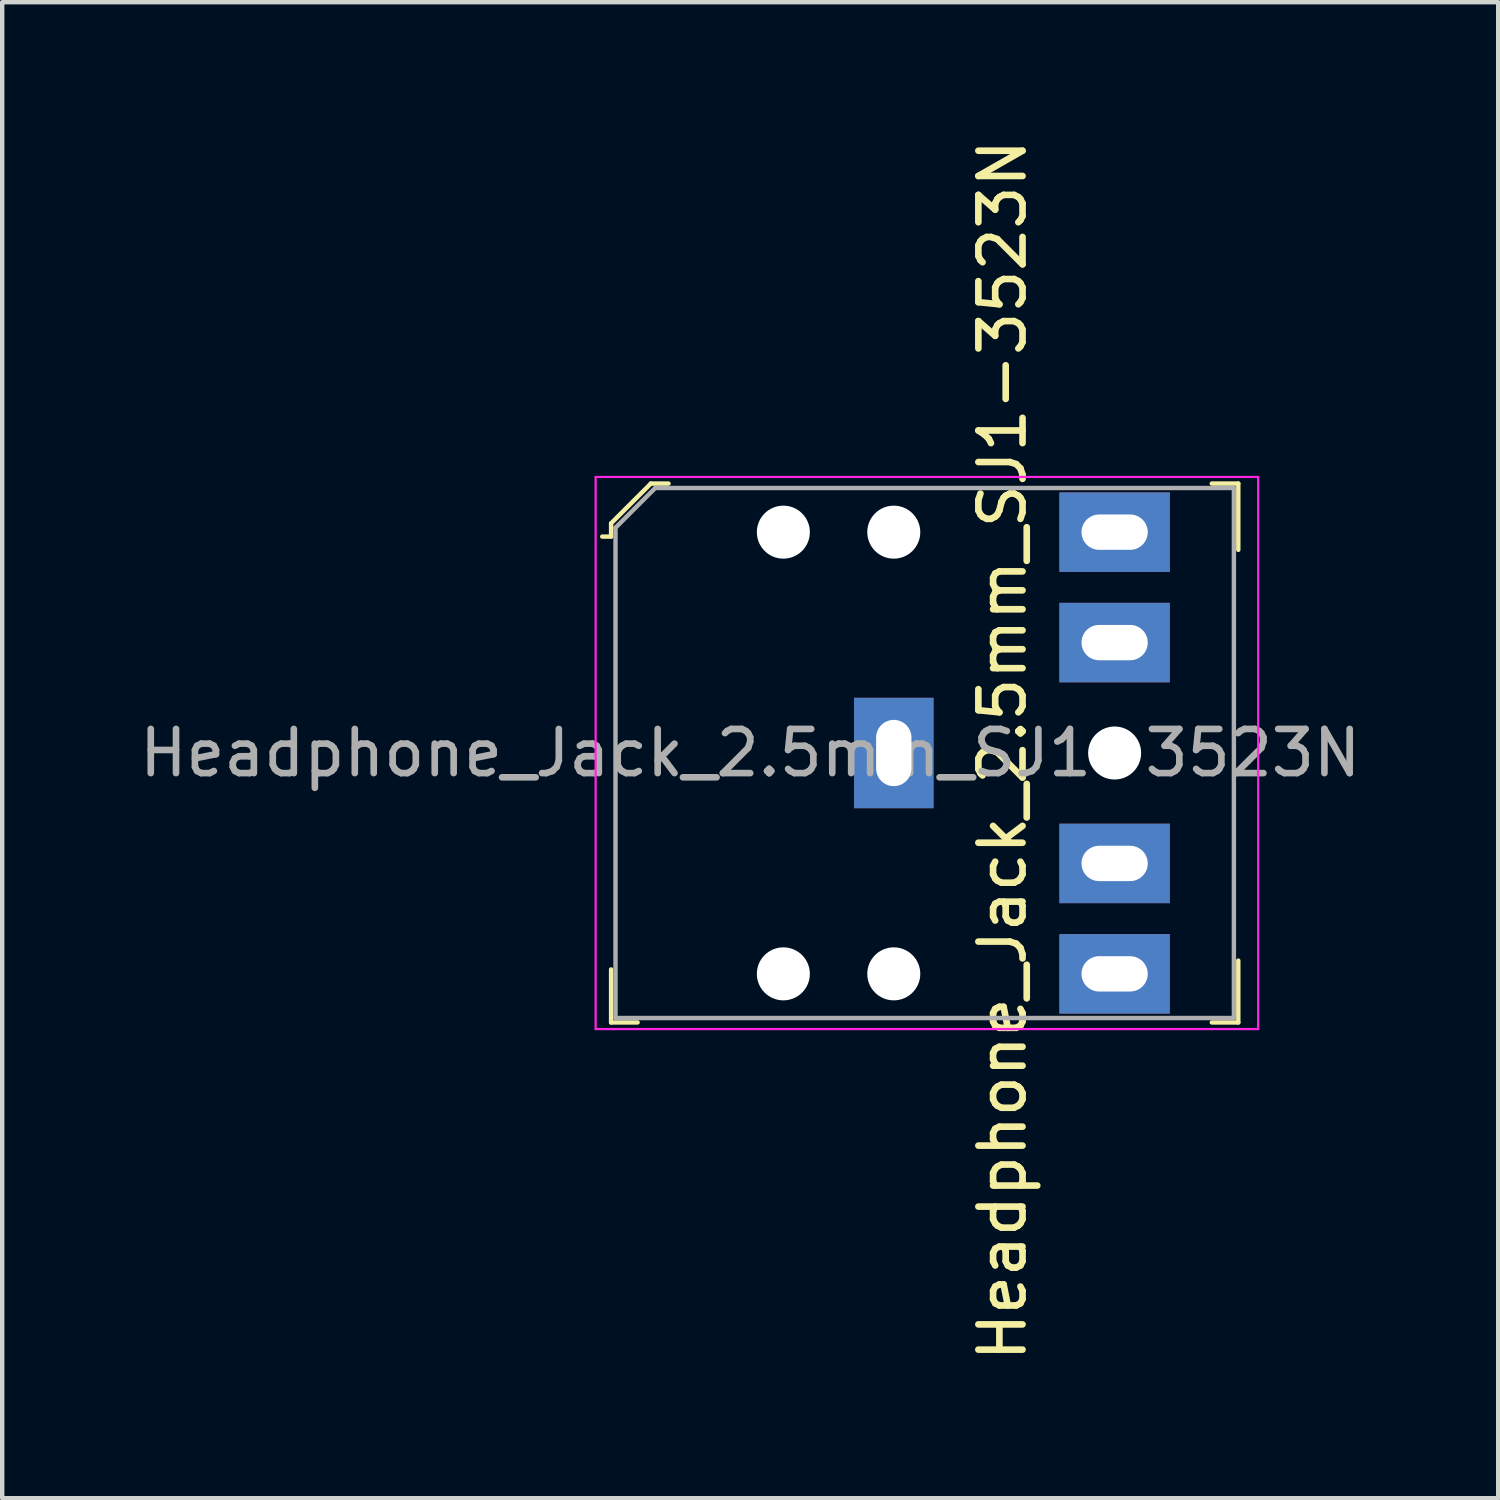
<source format=kicad_pcb>
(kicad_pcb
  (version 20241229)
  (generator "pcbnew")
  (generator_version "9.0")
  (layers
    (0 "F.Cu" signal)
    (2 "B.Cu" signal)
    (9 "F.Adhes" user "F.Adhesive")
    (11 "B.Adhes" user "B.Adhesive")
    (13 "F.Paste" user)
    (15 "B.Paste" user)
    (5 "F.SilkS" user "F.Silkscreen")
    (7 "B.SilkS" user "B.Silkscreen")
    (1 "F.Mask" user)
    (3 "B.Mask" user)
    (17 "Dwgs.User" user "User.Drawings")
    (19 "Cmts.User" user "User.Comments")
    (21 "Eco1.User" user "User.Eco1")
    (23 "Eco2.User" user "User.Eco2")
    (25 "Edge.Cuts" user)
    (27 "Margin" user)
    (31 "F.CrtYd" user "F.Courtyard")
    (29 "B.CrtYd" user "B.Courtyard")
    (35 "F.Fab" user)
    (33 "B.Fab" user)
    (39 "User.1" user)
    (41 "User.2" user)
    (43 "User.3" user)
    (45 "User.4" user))
  (footprint "Headphone_Jack_2.5mm_SJ1-3523N"
    (layer "F.Cu")
    (at 22.185 13.998)
    (property "Reference" "Headphone_Jack_2.5mm_SJ1-3523N" (at -2.54 -0.064 90) (layer "F.SilkS") (effects (font (size 1 1) (thickness 0.15))))
    (attr through_hole)
    (fp_line (start -11.4 -5.2) (end -11.4 -4.9) (stroke (width 0.1) (type solid)) (layer "F.SilkS"))
    (fp_line (start -11.4 -4.9) (end -11.6 -4.9) (stroke (width 0.1) (type solid)) (layer "F.SilkS"))
    (fp_line (start -11.4 6.1) (end -11.4 4.9) (stroke (width 0.1) (type solid)) (layer "F.SilkS"))
    (fp_line (start -10.8 6.1) (end -11.4 6.1) (stroke (width 0.1) (type solid)) (layer "F.SilkS"))
    (fp_line (start -10.5 -6.1) (end -11.4 -5.2) (stroke (width 0.1) (type solid)) (layer "F.SilkS"))
    (fp_line (start -10.1 -6.1) (end -10.5 -6.1) (stroke (width 0.1) (type solid)) (layer "F.SilkS"))
    (fp_line (start 2.2 -6.1) (end 2.8 -6.1) (stroke (width 0.1) (type solid)) (layer "F.SilkS"))
    (fp_line (start 2.2 6.1) (end 2.8 6.1) (stroke (width 0.1) (type solid)) (layer "F.SilkS"))
    (fp_line (start 2.8 -6.1) (end 2.8 -4.6) (stroke (width 0.1) (type solid)) (layer "F.SilkS"))
    (fp_line (start 2.8 6.1) (end 2.8 4.7) (stroke (width 0.1) (type solid)) (layer "F.SilkS"))
    (fp_line (start -11.75 -6.25) (end -11.75 6.25) (stroke (width 0.05) (type solid)) (layer "F.CrtYd"))
    (fp_line (start -11.75 -6.25) (end 3.25 -6.25) (stroke (width 0.05) (type solid)) (layer "F.CrtYd"))
    (fp_line (start -11.75 6.25) (end 3.25 6.25) (stroke (width 0.05) (type solid)) (layer "F.CrtYd"))
    (fp_line (start 3.25 -6.25) (end 3.25 6.25) (stroke (width 0.05) (type solid)) (layer "F.CrtYd"))
    (fp_line (start -11.3 -5.1) (end -11.3 6) (stroke (width 0.1) (type solid)) (layer "F.Fab"))
    (fp_line (start -11.3 -5.1) (end -10.4 -6) (stroke (width 0.1) (type solid)) (layer "F.Fab"))
    (fp_line (start -11.3 6) (end 2.7 6) (stroke (width 0.1) (type solid)) (layer "F.Fab"))
    (fp_line (start -10.4 -6) (end 2.7 -6) (stroke (width 0.1) (type solid)) (layer "F.Fab"))
    (fp_line (start 2.7 -6) (end 2.7 6) (stroke (width 0.1) (type solid)) (layer "F.Fab"))
    (fp_text user "${REFERENCE}" (at -8.25 0 0) (layer "F.Fab") (effects (font (size 1 1) (thickness 0.15))))
    (pad "" np_thru_hole circle (at -7.5 -5) (size 1.2 1.2) (drill 1.2) (layers "*.Cu" "*.Mask"))
    (pad "" np_thru_hole circle (at -7.5 5) (size 1.2 1.2) (drill 1.2) (layers "*.Cu" "*.Mask"))
    (pad "" np_thru_hole circle (at -5 -5) (size 1.2 1.2) (drill 1.2) (layers "*.Cu" "*.Mask"))
    (pad "" np_thru_hole circle (at -5 5) (size 1.2 1.2) (drill 1.2) (layers "*.Cu" "*.Mask"))
    (pad "" np_thru_hole circle (at 0 0) (size 1.2 1.2) (drill 1.2) (layers "*.Cu" "*.Mask"))
    (pad "1" thru_hole rect (at -5 0) (size 1.8 2.5) (drill oval 0.8 1.5) (layers "*.Cu" "*.Mask"))
    (pad "2" thru_hole rect (at 0 5) (size 2.5 1.8) (drill oval 1.5 0.8) (layers "*.Cu" "*.Mask"))
    (pad "3" thru_hole rect (at 0 -5) (size 2.5 1.8) (drill oval 1.5 0.8) (layers "*.Cu" "*.Mask"))
    (pad "10" thru_hole rect (at 0 2.5) (size 2.5 1.8) (drill oval 1.5 0.8) (layers "*.Cu" "*.Mask"))
    (pad "11" thru_hole rect (at 0 -2.5) (size 2.5 1.8) (drill oval 1.5 0.8) (layers "*.Cu" "*.Mask")))
  (gr_rect
    (start -3 -3)
    (end 30.869 30.869)
    (stroke (width 0.1) (type default))
    (fill no)
    (layer "Edge.Cuts")))
</source>
